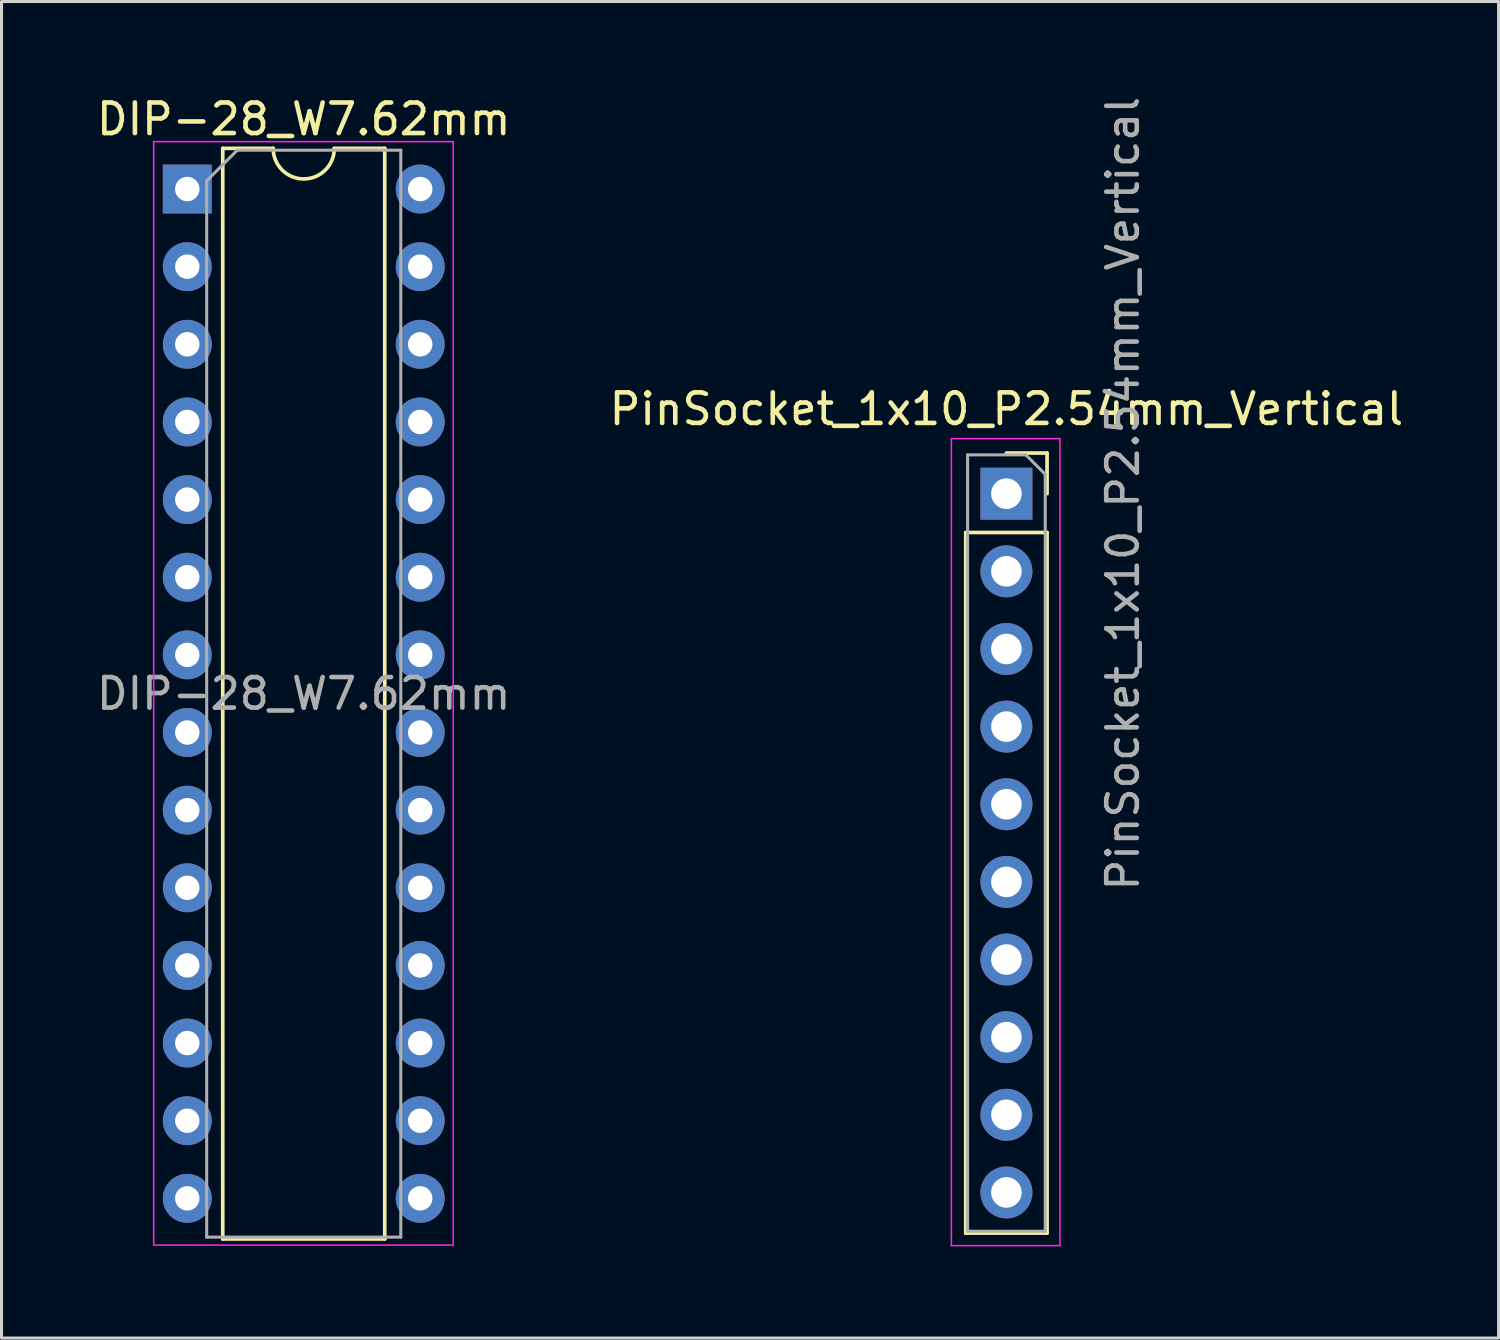
<source format=kicad_pcb>
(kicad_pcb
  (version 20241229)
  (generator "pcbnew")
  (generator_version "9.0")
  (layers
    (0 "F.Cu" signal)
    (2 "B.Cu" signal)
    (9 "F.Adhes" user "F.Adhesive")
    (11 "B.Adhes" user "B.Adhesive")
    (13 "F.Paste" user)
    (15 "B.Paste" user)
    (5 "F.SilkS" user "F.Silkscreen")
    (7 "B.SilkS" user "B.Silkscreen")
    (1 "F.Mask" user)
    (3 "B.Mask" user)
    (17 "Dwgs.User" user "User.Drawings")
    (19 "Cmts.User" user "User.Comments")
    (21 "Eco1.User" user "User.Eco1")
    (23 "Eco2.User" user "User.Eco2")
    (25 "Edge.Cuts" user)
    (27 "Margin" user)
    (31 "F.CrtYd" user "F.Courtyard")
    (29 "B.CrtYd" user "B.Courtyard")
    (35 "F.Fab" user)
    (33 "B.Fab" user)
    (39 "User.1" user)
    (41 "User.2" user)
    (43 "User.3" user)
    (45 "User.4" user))
  (footprint "DIP-28_W7.62mm"
    (layer "F.Cu")
    (at 3.077 3.134)
    (property "Reference" "DIP-28_W7.62mm" (at 3.81 -2.286 180) (layer "F.SilkS") (effects (font (size 1 1) (thickness 0.15))))
    (attr through_hole)
    (fp_line (start 1.16 -1.33) (end 1.16 34.35) (stroke (width 0.12) (type solid)) (layer "F.SilkS"))
    (fp_line (start 1.16 34.35) (end 6.46 34.35) (stroke (width 0.12) (type solid)) (layer "F.SilkS"))
    (fp_line (start 2.81 -1.33) (end 1.16 -1.33) (stroke (width 0.12) (type solid)) (layer "F.SilkS"))
    (fp_line (start 6.46 -1.33) (end 4.81 -1.33) (stroke (width 0.12) (type solid)) (layer "F.SilkS"))
    (fp_line (start 6.46 34.35) (end 6.46 -1.33) (stroke (width 0.12) (type solid)) (layer "F.SilkS"))
    (fp_arc (start 4.81 -1.33) (mid 3.81 -0.33) (end 2.81 -1.33) (stroke (width 0.12) (type solid)) (layer "F.SilkS"))
    (fp_line (start -1.1 -1.55) (end -1.1 34.55) (stroke (width 0.05) (type solid)) (layer "F.CrtYd"))
    (fp_line (start -1.1 34.55) (end 8.7 34.55) (stroke (width 0.05) (type solid)) (layer "F.CrtYd"))
    (fp_line (start 8.7 -1.55) (end -1.1 -1.55) (stroke (width 0.05) (type solid)) (layer "F.CrtYd"))
    (fp_line (start 8.7 34.55) (end 8.7 -1.55) (stroke (width 0.05) (type solid)) (layer "F.CrtYd"))
    (fp_line (start 0.635 -0.27) (end 1.635 -1.27) (stroke (width 0.1) (type solid)) (layer "F.Fab"))
    (fp_line (start 0.635 34.29) (end 0.635 -0.27) (stroke (width 0.1) (type solid)) (layer "F.Fab"))
    (fp_line (start 1.635 -1.27) (end 6.985 -1.27) (stroke (width 0.1) (type solid)) (layer "F.Fab"))
    (fp_line (start 6.985 -1.27) (end 6.985 34.29) (stroke (width 0.1) (type solid)) (layer "F.Fab"))
    (fp_line (start 6.985 34.29) (end 0.635 34.29) (stroke (width 0.1) (type solid)) (layer "F.Fab"))
    (fp_text user "${REFERENCE}" (at 3.81 16.51 180) (layer "F.Fab") (effects (font (size 1 1) (thickness 0.15))))
    (pad "1" thru_hole rect (at 0 0) (size 1.6 1.6) (drill 0.8) (layers "*.Cu" "*.Mask"))
    (pad "2" thru_hole oval (at 0 2.54) (size 1.6 1.6) (drill 0.8) (layers "*.Cu" "*.Mask"))
    (pad "3" thru_hole oval (at 0 5.08) (size 1.6 1.6) (drill 0.8) (layers "*.Cu" "*.Mask"))
    (pad "4" thru_hole oval (at 0 7.62) (size 1.6 1.6) (drill 0.8) (layers "*.Cu" "*.Mask"))
    (pad "5" thru_hole oval (at 0 10.16) (size 1.6 1.6) (drill 0.8) (layers "*.Cu" "*.Mask"))
    (pad "6" thru_hole oval (at 0 12.7) (size 1.6 1.6) (drill 0.8) (layers "*.Cu" "*.Mask"))
    (pad "7" thru_hole oval (at 0 15.24) (size 1.6 1.6) (drill 0.8) (layers "*.Cu" "*.Mask"))
    (pad "8" thru_hole oval (at 0 17.78) (size 1.6 1.6) (drill 0.8) (layers "*.Cu" "*.Mask"))
    (pad "9" thru_hole oval (at 0 20.32) (size 1.6 1.6) (drill 0.8) (layers "*.Cu" "*.Mask"))
    (pad "10" thru_hole oval (at 0 22.86) (size 1.6 1.6) (drill 0.8) (layers "*.Cu" "*.Mask"))
    (pad "11" thru_hole oval (at 0 25.4) (size 1.6 1.6) (drill 0.8) (layers "*.Cu" "*.Mask"))
    (pad "12" thru_hole oval (at 0 27.94) (size 1.6 1.6) (drill 0.8) (layers "*.Cu" "*.Mask"))
    (pad "13" thru_hole oval (at 0 30.48) (size 1.6 1.6) (drill 0.8) (layers "*.Cu" "*.Mask"))
    (pad "14" thru_hole oval (at 0 33.02) (size 1.6 1.6) (drill 0.8) (layers "*.Cu" "*.Mask"))
    (pad "15" thru_hole oval (at 7.62 33.02) (size 1.6 1.6) (drill 0.8) (layers "*.Cu" "*.Mask"))
    (pad "16" thru_hole oval (at 7.62 30.48) (size 1.6 1.6) (drill 0.8) (layers "*.Cu" "*.Mask"))
    (pad "17" thru_hole oval (at 7.62 27.94) (size 1.6 1.6) (drill 0.8) (layers "*.Cu" "*.Mask"))
    (pad "18" thru_hole oval (at 7.62 25.4) (size 1.6 1.6) (drill 0.8) (layers "*.Cu" "*.Mask"))
    (pad "19" thru_hole oval (at 7.62 22.86) (size 1.6 1.6) (drill 0.8) (layers "*.Cu" "*.Mask"))
    (pad "20" thru_hole oval (at 7.62 20.32) (size 1.6 1.6) (drill 0.8) (layers "*.Cu" "*.Mask"))
    (pad "21" thru_hole oval (at 7.62 17.78) (size 1.6 1.6) (drill 0.8) (layers "*.Cu" "*.Mask"))
    (pad "22" thru_hole oval (at 7.62 15.24) (size 1.6 1.6) (drill 0.8) (layers "*.Cu" "*.Mask"))
    (pad "23" thru_hole oval (at 7.62 12.7) (size 1.6 1.6) (drill 0.8) (layers "*.Cu" "*.Mask"))
    (pad "24" thru_hole oval (at 7.62 10.16) (size 1.6 1.6) (drill 0.8) (layers "*.Cu" "*.Mask"))
    (pad "25" thru_hole oval (at 7.62 7.62) (size 1.6 1.6) (drill 0.8) (layers "*.Cu" "*.Mask"))
    (pad "26" thru_hole oval (at 7.62 5.08) (size 1.6 1.6) (drill 0.8) (layers "*.Cu" "*.Mask"))
    (pad "27" thru_hole oval (at 7.62 2.54) (size 1.6 1.6) (drill 0.8) (layers "*.Cu" "*.Mask"))
    (pad "28" thru_hole oval (at 7.62 0) (size 1.6 1.6) (drill 0.8) (layers "*.Cu" "*.Mask")))
  (footprint "PinSocket_1x10_P2.54mm_Vertical"
    (layer "F.Cu")
    (at 29.875 13.101)
    (property "Reference" "PinSocket_1x10_P2.54mm_Vertical" (at 0 -2.77 0) (layer "F.SilkS") (effects (font (size 1 1) (thickness 0.15))))
    (attr through_hole)
    (fp_line (start -1.33 1.27) (end -1.33 24.19) (stroke (width 0.12) (type solid)) (layer "F.SilkS"))
    (fp_line (start -1.33 1.27) (end 1.33 1.27) (stroke (width 0.12) (type solid)) (layer "F.SilkS"))
    (fp_line (start -1.33 24.19) (end 1.33 24.19) (stroke (width 0.12) (type solid)) (layer "F.SilkS"))
    (fp_line (start 0 -1.33) (end 1.33 -1.33) (stroke (width 0.12) (type solid)) (layer "F.SilkS"))
    (fp_line (start 1.33 -1.33) (end 1.33 0) (stroke (width 0.12) (type solid)) (layer "F.SilkS"))
    (fp_line (start 1.33 1.27) (end 1.33 24.19) (stroke (width 0.12) (type solid)) (layer "F.SilkS"))
    (fp_line (start -1.8 -1.8) (end 1.75 -1.8) (stroke (width 0.05) (type solid)) (layer "F.CrtYd"))
    (fp_line (start -1.8 24.6) (end -1.8 -1.8) (stroke (width 0.05) (type solid)) (layer "F.CrtYd"))
    (fp_line (start 1.75 -1.8) (end 1.75 24.6) (stroke (width 0.05) (type solid)) (layer "F.CrtYd"))
    (fp_line (start 1.75 24.6) (end -1.8 24.6) (stroke (width 0.05) (type solid)) (layer "F.CrtYd"))
    (fp_line (start -1.27 -1.27) (end 0.635 -1.27) (stroke (width 0.1) (type solid)) (layer "F.Fab"))
    (fp_line (start -1.27 24.13) (end -1.27 -1.27) (stroke (width 0.1) (type solid)) (layer "F.Fab"))
    (fp_line (start 0.635 -1.27) (end 1.27 -0.635) (stroke (width 0.1) (type solid)) (layer "F.Fab"))
    (fp_line (start 1.27 -0.635) (end 1.27 24.13) (stroke (width 0.1) (type solid)) (layer "F.Fab"))
    (fp_line (start 1.27 24.13) (end -1.27 24.13) (stroke (width 0.1) (type solid)) (layer "F.Fab"))
    (fp_text user "${REFERENCE}" (at 3.81 0 270) (layer "F.Fab") (effects (font (size 1 1) (thickness 0.15))))
    (pad "1" thru_hole rect (at 0 0) (size 1.7 1.7) (drill 1) (layers "*.Cu" "*.Mask"))
    (pad "2" thru_hole oval (at 0 2.54) (size 1.7 1.7) (drill 1) (layers "*.Cu" "*.Mask"))
    (pad "3" thru_hole oval (at 0 5.08) (size 1.7 1.7) (drill 1) (layers "*.Cu" "*.Mask"))
    (pad "4" thru_hole oval (at 0 7.62) (size 1.7 1.7) (drill 1) (layers "*.Cu" "*.Mask"))
    (pad "5" thru_hole oval (at 0 10.16) (size 1.7 1.7) (drill 1) (layers "*.Cu" "*.Mask"))
    (pad "6" thru_hole oval (at 0 12.7) (size 1.7 1.7) (drill 1) (layers "*.Cu" "*.Mask"))
    (pad "7" thru_hole oval (at 0 15.24) (size 1.7 1.7) (drill 1) (layers "*.Cu" "*.Mask"))
    (pad "8" thru_hole oval (at 0 17.78) (size 1.7 1.7) (drill 1) (layers "*.Cu" "*.Mask"))
    (pad "9" thru_hole oval (at 0 20.32) (size 1.7 1.7) (drill 1) (layers "*.Cu" "*.Mask"))
    (pad "10" thru_hole oval (at 0 22.86) (size 1.7 1.7) (drill 1) (layers "*.Cu" "*.Mask")))
  (gr_rect
    (start -3 -3)
    (end 45.976 40.726)
    (stroke (width 0.1) (type default))
    (fill no)
    (layer "Edge.Cuts")))
</source>
